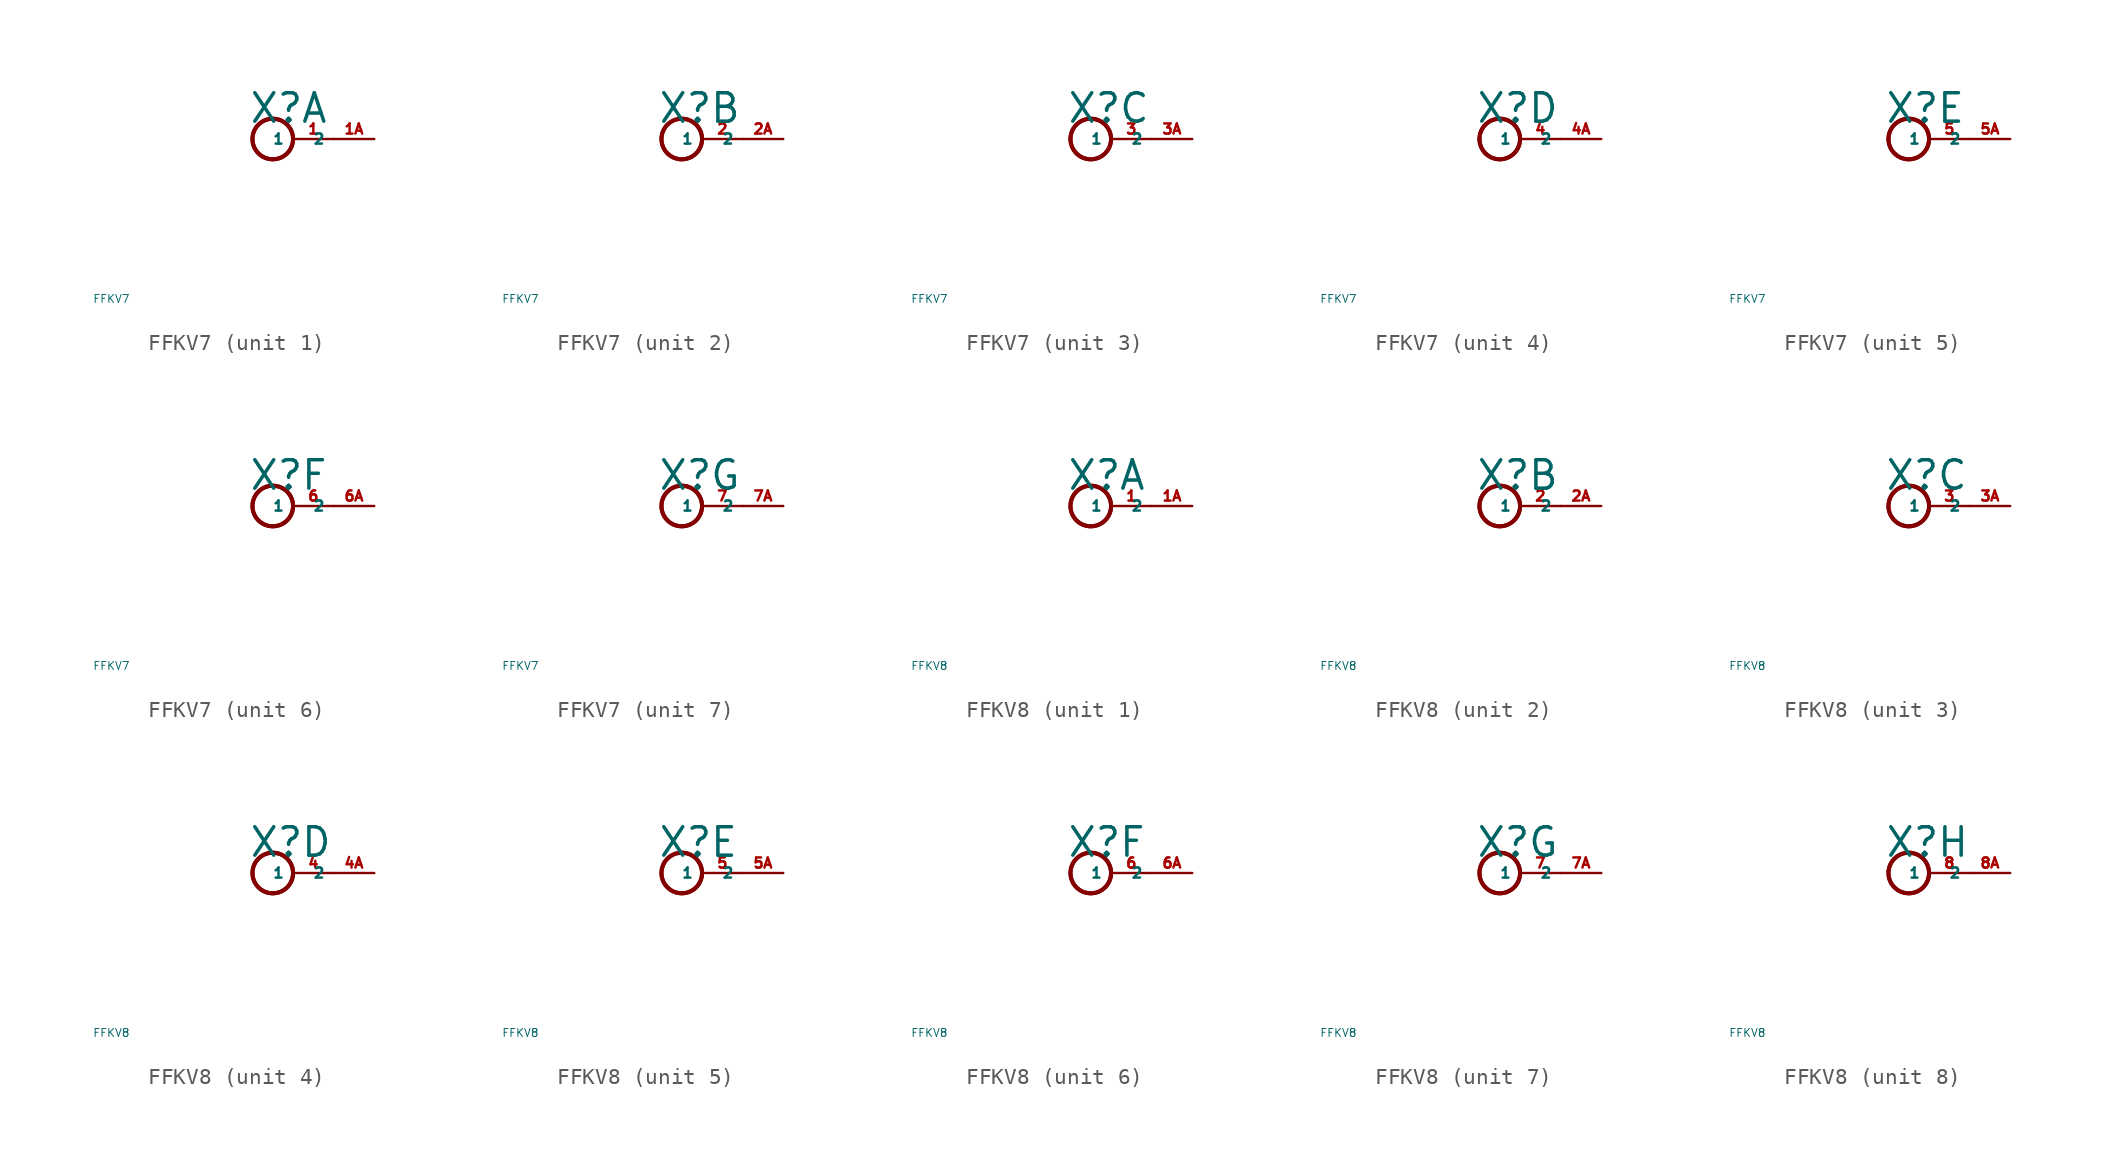
<source format=kicad_sym>
(kicad_symbol_lib
  (version 20220914)
  (generator Eagle2Kicad)
  (symbol "FFKV7"
    (property "Reference" "X"
      (at -0.254 0.889 0)
      (effects (font (size 1.778 1.778) (thickness 0.22)) (justify left bottom)))
    (property "Value" "FFKV7"
      (at -10 -10 0)
      (effects (font (size 0.5 0.5) (thickness 0.06)) (justify left)))
    (symbol "FFKV7_1_0"
      (circle (center 1.27 0) (radius 1.27) (stroke (width 0.254) (type default)) (fill (type none)))
      (circle (center 1.27 0) (radius 1.27) (stroke (width 0.254) (type default)) (fill (type none)))
      (pin passive line (at 5.08 0 180) (length 2.54) (name "1" (effects (font (size 0.635 0.635) (thickness 0.08)) (justify left bottom))) (number "1" (effects (font (size 0.635 0.635) (thickness 0.08)) (justify left bottom))))
      (pin passive line (at 7.62 0 180) (length 2.54) (name "2" (effects (font (size 0.635 0.635) (thickness 0.08)) (justify left bottom))) (number "1A" (effects (font (size 0.635 0.635) (thickness 0.08)) (justify left bottom)))))
    (symbol "FFKV7_2_0"
      (circle (center 1.27 0) (radius 1.27) (stroke (width 0.254) (type default)) (fill (type none)))
      (circle (center 1.27 0) (radius 1.27) (stroke (width 0.254) (type default)) (fill (type none)))
      (pin passive line (at 5.08 0 180) (length 2.54) (name "1" (effects (font (size 0.635 0.635) (thickness 0.08)) (justify left bottom))) (number "2" (effects (font (size 0.635 0.635) (thickness 0.08)) (justify left bottom))))
      (pin passive line (at 7.62 0 180) (length 2.54) (name "2" (effects (font (size 0.635 0.635) (thickness 0.08)) (justify left bottom))) (number "2A" (effects (font (size 0.635 0.635) (thickness 0.08)) (justify left bottom)))))
    (symbol "FFKV7_3_0"
      (circle (center 1.27 0) (radius 1.27) (stroke (width 0.254) (type default)) (fill (type none)))
      (circle (center 1.27 0) (radius 1.27) (stroke (width 0.254) (type default)) (fill (type none)))
      (pin passive line (at 5.08 0 180) (length 2.54) (name "1" (effects (font (size 0.635 0.635) (thickness 0.08)) (justify left bottom))) (number "3" (effects (font (size 0.635 0.635) (thickness 0.08)) (justify left bottom))))
      (pin passive line (at 7.62 0 180) (length 2.54) (name "2" (effects (font (size 0.635 0.635) (thickness 0.08)) (justify left bottom))) (number "3A" (effects (font (size 0.635 0.635) (thickness 0.08)) (justify left bottom)))))
    (symbol "FFKV7_4_0"
      (circle (center 1.27 0) (radius 1.27) (stroke (width 0.254) (type default)) (fill (type none)))
      (circle (center 1.27 0) (radius 1.27) (stroke (width 0.254) (type default)) (fill (type none)))
      (pin passive line (at 5.08 0 180) (length 2.54) (name "1" (effects (font (size 0.635 0.635) (thickness 0.08)) (justify left bottom))) (number "4" (effects (font (size 0.635 0.635) (thickness 0.08)) (justify left bottom))))
      (pin passive line (at 7.62 0 180) (length 2.54) (name "2" (effects (font (size 0.635 0.635) (thickness 0.08)) (justify left bottom))) (number "4A" (effects (font (size 0.635 0.635) (thickness 0.08)) (justify left bottom)))))
    (symbol "FFKV7_5_0"
      (circle (center 1.27 0) (radius 1.27) (stroke (width 0.254) (type default)) (fill (type none)))
      (circle (center 1.27 0) (radius 1.27) (stroke (width 0.254) (type default)) (fill (type none)))
      (pin passive line (at 5.08 0 180) (length 2.54) (name "1" (effects (font (size 0.635 0.635) (thickness 0.08)) (justify left bottom))) (number "5" (effects (font (size 0.635 0.635) (thickness 0.08)) (justify left bottom))))
      (pin passive line (at 7.62 0 180) (length 2.54) (name "2" (effects (font (size 0.635 0.635) (thickness 0.08)) (justify left bottom))) (number "5A" (effects (font (size 0.635 0.635) (thickness 0.08)) (justify left bottom)))))
    (symbol "FFKV7_6_0"
      (circle (center 1.27 0) (radius 1.27) (stroke (width 0.254) (type default)) (fill (type none)))
      (circle (center 1.27 0) (radius 1.27) (stroke (width 0.254) (type default)) (fill (type none)))
      (pin passive line (at 5.08 0 180) (length 2.54) (name "1" (effects (font (size 0.635 0.635) (thickness 0.08)) (justify left bottom))) (number "6" (effects (font (size 0.635 0.635) (thickness 0.08)) (justify left bottom))))
      (pin passive line (at 7.62 0 180) (length 2.54) (name "2" (effects (font (size 0.635 0.635) (thickness 0.08)) (justify left bottom))) (number "6A" (effects (font (size 0.635 0.635) (thickness 0.08)) (justify left bottom)))))
    (symbol "FFKV7_7_0"
      (circle (center 1.27 0) (radius 1.27) (stroke (width 0.254) (type default)) (fill (type none)))
      (circle (center 1.27 0) (radius 1.27) (stroke (width 0.254) (type default)) (fill (type none)))
      (pin passive line (at 5.08 0 180) (length 2.54) (name "1" (effects (font (size 0.635 0.635) (thickness 0.08)) (justify left bottom))) (number "7" (effects (font (size 0.635 0.635) (thickness 0.08)) (justify left bottom))))
      (pin passive line (at 7.62 0 180) (length 2.54) (name "2" (effects (font (size 0.635 0.635) (thickness 0.08)) (justify left bottom))) (number "7A" (effects (font (size 0.635 0.635) (thickness 0.08)) (justify left bottom))))))
  (symbol "FFKV8"
    (property "Reference" "X"
      (at -0.254 0.889 0)
      (effects (font (size 1.778 1.778) (thickness 0.22)) (justify left bottom)))
    (property "Value" "FFKV8"
      (at -10 -10 0)
      (effects (font (size 0.5 0.5) (thickness 0.06)) (justify left)))
    (symbol "FFKV8_1_0"
      (circle (center 1.27 0) (radius 1.27) (stroke (width 0.254) (type default)) (fill (type none)))
      (circle (center 1.27 0) (radius 1.27) (stroke (width 0.254) (type default)) (fill (type none)))
      (pin passive line (at 5.08 0 180) (length 2.54) (name "1" (effects (font (size 0.635 0.635) (thickness 0.08)) (justify left bottom))) (number "1" (effects (font (size 0.635 0.635) (thickness 0.08)) (justify left bottom))))
      (pin passive line (at 7.62 0 180) (length 2.54) (name "2" (effects (font (size 0.635 0.635) (thickness 0.08)) (justify left bottom))) (number "1A" (effects (font (size 0.635 0.635) (thickness 0.08)) (justify left bottom)))))
    (symbol "FFKV8_2_0"
      (circle (center 1.27 0) (radius 1.27) (stroke (width 0.254) (type default)) (fill (type none)))
      (circle (center 1.27 0) (radius 1.27) (stroke (width 0.254) (type default)) (fill (type none)))
      (pin passive line (at 5.08 0 180) (length 2.54) (name "1" (effects (font (size 0.635 0.635) (thickness 0.08)) (justify left bottom))) (number "2" (effects (font (size 0.635 0.635) (thickness 0.08)) (justify left bottom))))
      (pin passive line (at 7.62 0 180) (length 2.54) (name "2" (effects (font (size 0.635 0.635) (thickness 0.08)) (justify left bottom))) (number "2A" (effects (font (size 0.635 0.635) (thickness 0.08)) (justify left bottom)))))
    (symbol "FFKV8_3_0"
      (circle (center 1.27 0) (radius 1.27) (stroke (width 0.254) (type default)) (fill (type none)))
      (circle (center 1.27 0) (radius 1.27) (stroke (width 0.254) (type default)) (fill (type none)))
      (pin passive line (at 5.08 0 180) (length 2.54) (name "1" (effects (font (size 0.635 0.635) (thickness 0.08)) (justify left bottom))) (number "3" (effects (font (size 0.635 0.635) (thickness 0.08)) (justify left bottom))))
      (pin passive line (at 7.62 0 180) (length 2.54) (name "2" (effects (font (size 0.635 0.635) (thickness 0.08)) (justify left bottom))) (number "3A" (effects (font (size 0.635 0.635) (thickness 0.08)) (justify left bottom)))))
    (symbol "FFKV8_4_0"
      (circle (center 1.27 0) (radius 1.27) (stroke (width 0.254) (type default)) (fill (type none)))
      (circle (center 1.27 0) (radius 1.27) (stroke (width 0.254) (type default)) (fill (type none)))
      (pin passive line (at 5.08 0 180) (length 2.54) (name "1" (effects (font (size 0.635 0.635) (thickness 0.08)) (justify left bottom))) (number "4" (effects (font (size 0.635 0.635) (thickness 0.08)) (justify left bottom))))
      (pin passive line (at 7.62 0 180) (length 2.54) (name "2" (effects (font (size 0.635 0.635) (thickness 0.08)) (justify left bottom))) (number "4A" (effects (font (size 0.635 0.635) (thickness 0.08)) (justify left bottom)))))
    (symbol "FFKV8_5_0"
      (circle (center 1.27 0) (radius 1.27) (stroke (width 0.254) (type default)) (fill (type none)))
      (circle (center 1.27 0) (radius 1.27) (stroke (width 0.254) (type default)) (fill (type none)))
      (pin passive line (at 5.08 0 180) (length 2.54) (name "1" (effects (font (size 0.635 0.635) (thickness 0.08)) (justify left bottom))) (number "5" (effects (font (size 0.635 0.635) (thickness 0.08)) (justify left bottom))))
      (pin passive line (at 7.62 0 180) (length 2.54) (name "2" (effects (font (size 0.635 0.635) (thickness 0.08)) (justify left bottom))) (number "5A" (effects (font (size 0.635 0.635) (thickness 0.08)) (justify left bottom)))))
    (symbol "FFKV8_6_0"
      (circle (center 1.27 0) (radius 1.27) (stroke (width 0.254) (type default)) (fill (type none)))
      (circle (center 1.27 0) (radius 1.27) (stroke (width 0.254) (type default)) (fill (type none)))
      (pin passive line (at 5.08 0 180) (length 2.54) (name "1" (effects (font (size 0.635 0.635) (thickness 0.08)) (justify left bottom))) (number "6" (effects (font (size 0.635 0.635) (thickness 0.08)) (justify left bottom))))
      (pin passive line (at 7.62 0 180) (length 2.54) (name "2" (effects (font (size 0.635 0.635) (thickness 0.08)) (justify left bottom))) (number "6A" (effects (font (size 0.635 0.635) (thickness 0.08)) (justify left bottom)))))
    (symbol "FFKV8_7_0"
      (circle (center 1.27 0) (radius 1.27) (stroke (width 0.254) (type default)) (fill (type none)))
      (circle (center 1.27 0) (radius 1.27) (stroke (width 0.254) (type default)) (fill (type none)))
      (pin passive line (at 5.08 0 180) (length 2.54) (name "1" (effects (font (size 0.635 0.635) (thickness 0.08)) (justify left bottom))) (number "7" (effects (font (size 0.635 0.635) (thickness 0.08)) (justify left bottom))))
      (pin passive line (at 7.62 0 180) (length 2.54) (name "2" (effects (font (size 0.635 0.635) (thickness 0.08)) (justify left bottom))) (number "7A" (effects (font (size 0.635 0.635) (thickness 0.08)) (justify left bottom)))))
    (symbol "FFKV8_8_0"
      (circle (center 1.27 0) (radius 1.27) (stroke (width 0.254) (type default)) (fill (type none)))
      (circle (center 1.27 0) (radius 1.27) (stroke (width 0.254) (type default)) (fill (type none)))
      (pin passive line (at 5.08 0 180) (length 2.54) (name "1" (effects (font (size 0.635 0.635) (thickness 0.08)) (justify left bottom))) (number "8" (effects (font (size 0.635 0.635) (thickness 0.08)) (justify left bottom))))
      (pin passive line (at 7.62 0 180) (length 2.54) (name "2" (effects (font (size 0.635 0.635) (thickness 0.08)) (justify left bottom))) (number "8A" (effects (font (size 0.635 0.635) (thickness 0.08)) (justify left bottom)))))))
</source>
